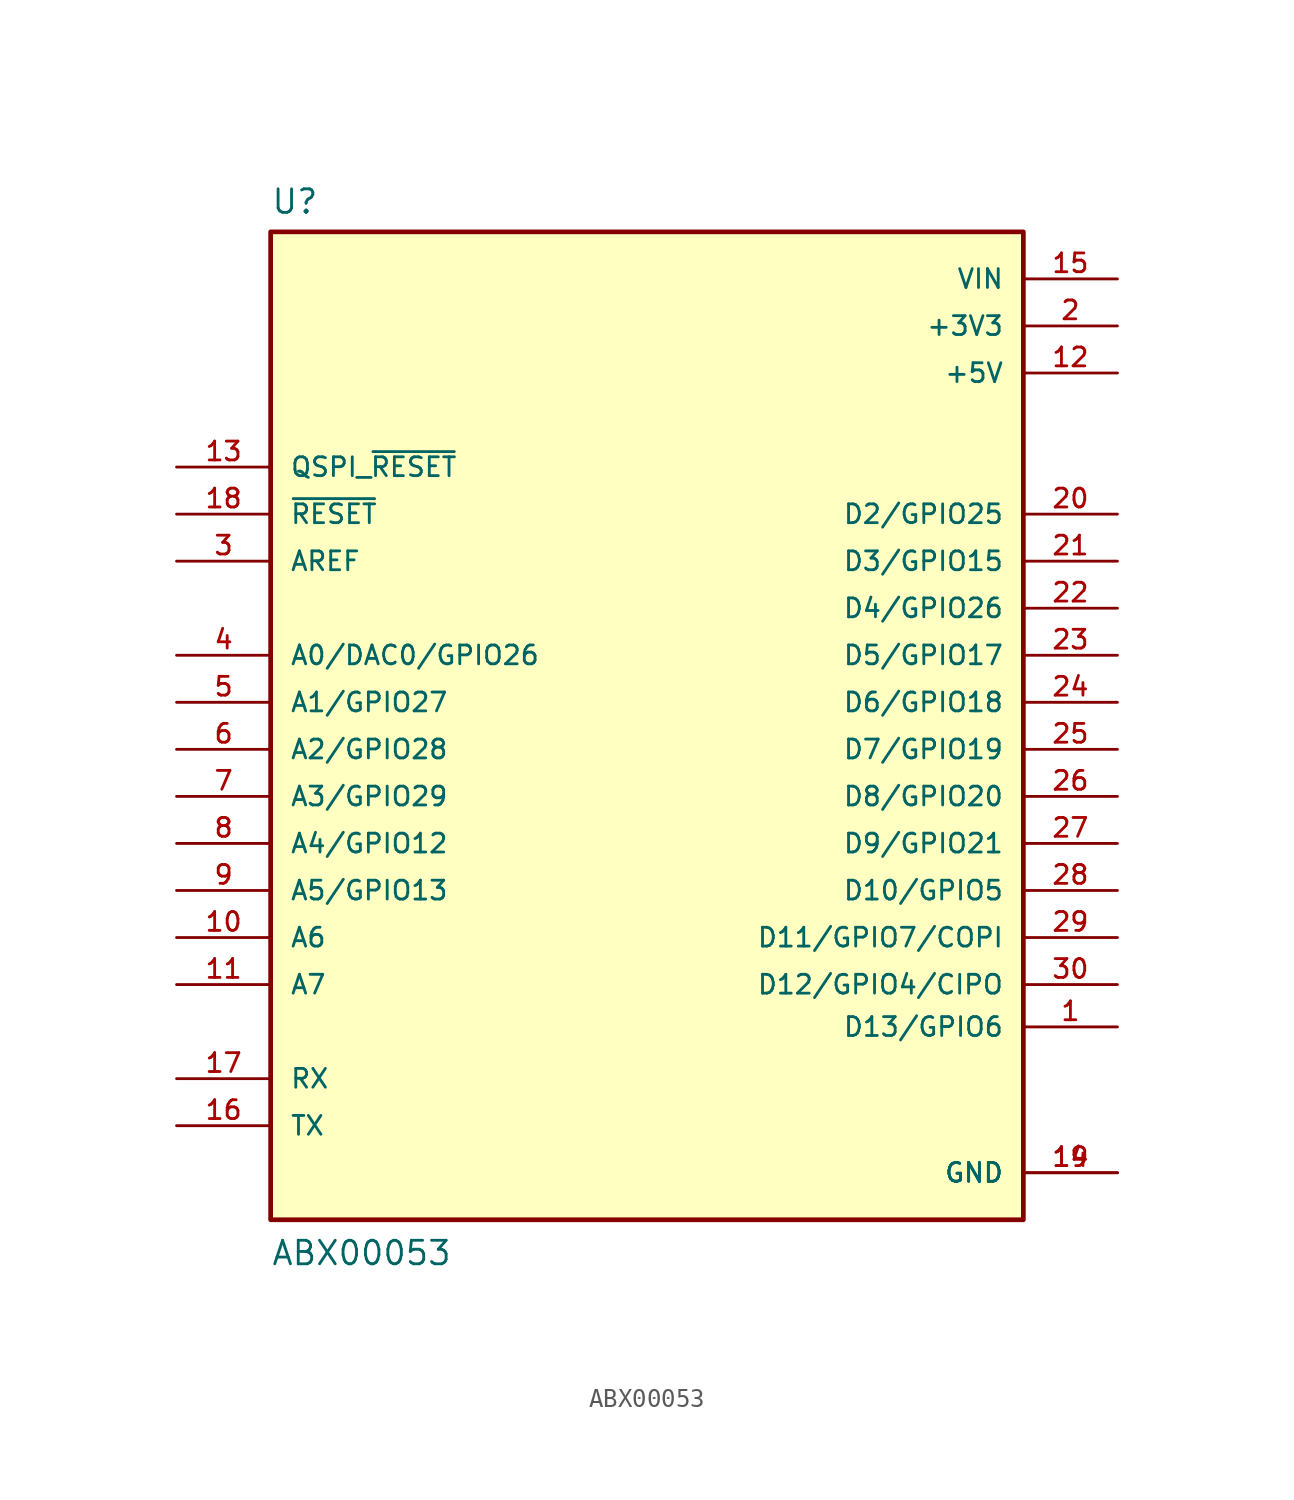
<source format=kicad_sym>
(kicad_symbol_lib
  (version 20211014)
  (generator kicad_symbol_editor)
  (symbol "ABX00053"
    (pin_names
      (offset 1.016))
    (property "Reference" "U"
      (at -20.32 26.289 0)
      (effects (font (size 1.27 1.27)) (justify bottom left)))
    (property "Value" "ABX00053"
      (at -20.32 -30.48 0)
      (effects (font (size 1.27 1.27)) (justify bottom left)))
    (symbol "ABX00053_0_0"
      (rectangle (start -20.32 -27.94) (end 20.32 25.4) (stroke (width 0.254)) (fill (type background)))
      (pin bidirectional line (at 25.4 -17.526 180.0) (length 5.08) (name "D13/GPIO6" (effects (font (size 1.016 1.016)))) (number "1" (effects (font (size 1.016 1.016)))))
      (pin power_in line (at 25.4 20.32 180.0) (length 5.08) (name "+3V3" (effects (font (size 1.016 1.016)))) (number "2" (effects (font (size 1.016 1.016)))))
      (pin bidirectional line (at -25.4 7.62 0) (length 5.08) (name "AREF" (effects (font (size 1.016 1.016)))) (number "3" (effects (font (size 1.016 1.016)))))
      (pin bidirectional line (at -25.4 2.54 0) (length 5.08) (name "A0/DAC0/GPIO26" (effects (font (size 1.016 1.016)))) (number "4" (effects (font (size 1.016 1.016)))))
      (pin power_in line (at 25.4 17.78 180.0) (length 5.08) (name "+5V" (effects (font (size 1.016 1.016)))) (number "12" (effects (font (size 1.016 1.016)))))
      (pin input line (at -25.4 12.7 0) (length 5.08) (name "QSPI_~{RESET}" (effects (font (size 1.016 1.016)))) (number "13" (effects (font (size 1.016 1.016)))))
      (pin power_in line (at 25.4 -25.4 180.0) (length 5.08) (name "GND" (effects (font (size 1.016 1.016)))) (number "14" (effects (font (size 1.016 1.016)))))
      (pin power_in line (at 25.4 -25.4 180.0) (length 5.08) (name "GND" (effects (font (size 1.016 1.016)))) (number "19" (effects (font (size 1.016 1.016)))))
      (pin power_in line (at 25.4 22.86 180.0) (length 5.08) (name "VIN" (effects (font (size 1.016 1.016)))) (number "15" (effects (font (size 1.016 1.016)))))
      (pin bidirectional line (at -25.4 0.0 0) (length 5.08) (name "A1/GPIO27" (effects (font (size 1.016 1.016)))) (number "5" (effects (font (size 1.016 1.016)))))
      (pin bidirectional line (at -25.4 -2.54 0) (length 5.08) (name "A2/GPIO28" (effects (font (size 1.016 1.016)))) (number "6" (effects (font (size 1.016 1.016)))))
      (pin bidirectional line (at -25.4 -5.08 0) (length 5.08) (name "A3/GPIO29" (effects (font (size 1.016 1.016)))) (number "7" (effects (font (size 1.016 1.016)))))
      (pin bidirectional line (at -25.4 -7.62 0) (length 5.08) (name "A4/GPIO12" (effects (font (size 1.016 1.016)))) (number "8" (effects (font (size 1.016 1.016)))))
      (pin bidirectional line (at -25.4 -10.16 0) (length 5.08) (name "A5/GPIO13" (effects (font (size 1.016 1.016)))) (number "9" (effects (font (size 1.016 1.016)))))
      (pin bidirectional line (at -25.4 -12.7 0) (length 5.08) (name "A6" (effects (font (size 1.016 1.016)))) (number "10" (effects (font (size 1.016 1.016)))))
      (pin bidirectional line (at -25.4 -15.24 0) (length 5.08) (name "A7" (effects (font (size 1.016 1.016)))) (number "11" (effects (font (size 1.016 1.016)))))
      (pin bidirectional line (at -25.4 -22.86 0) (length 5.08) (name "TX" (effects (font (size 1.016 1.016)))) (number "16" (effects (font (size 1.016 1.016)))))
      (pin bidirectional line (at -25.4 -20.32 0) (length 5.08) (name "RX" (effects (font (size 1.016 1.016)))) (number "17" (effects (font (size 1.016 1.016)))))
      (pin bidirectional line (at 25.4 10.16 180.0) (length 5.08) (name "D2/GPIO25" (effects (font (size 1.016 1.016)))) (number "20" (effects (font (size 1.016 1.016)))))
      (pin bidirectional line (at 25.4 7.62 180.0) (length 5.08) (name "D3/GPIO15" (effects (font (size 1.016 1.016)))) (number "21" (effects (font (size 1.016 1.016)))))
      (pin bidirectional line (at 25.4 5.08 180.0) (length 5.08) (name "D4/GPIO26" (effects (font (size 1.016 1.016)))) (number "22" (effects (font (size 1.016 1.016)))))
      (pin bidirectional line (at 25.4 2.54 180.0) (length 5.08) (name "D5/GPIO17" (effects (font (size 1.016 1.016)))) (number "23" (effects (font (size 1.016 1.016)))))
      (pin bidirectional line (at 25.4 0.0 180.0) (length 5.08) (name "D6/GPIO18" (effects (font (size 1.016 1.016)))) (number "24" (effects (font (size 1.016 1.016)))))
      (pin bidirectional line (at 25.4 -5.08 180.0) (length 5.08) (name "D8/GPIO20" (effects (font (size 1.016 1.016)))) (number "26" (effects (font (size 1.016 1.016)))))
      (pin bidirectional line (at 25.4 -2.54 180.0) (length 5.08) (name "D7/GPIO19" (effects (font (size 1.016 1.016)))) (number "25" (effects (font (size 1.016 1.016)))))
      (pin bidirectional line (at 25.4 -7.62 180.0) (length 5.08) (name "D9/GPIO21" (effects (font (size 1.016 1.016)))) (number "27" (effects (font (size 1.016 1.016)))))
      (pin bidirectional line (at 25.4 -10.16 180.0) (length 5.08) (name "D10/GPIO5" (effects (font (size 1.016 1.016)))) (number "28" (effects (font (size 1.016 1.016)))))
      (pin bidirectional line (at 25.4 -12.7 180.0) (length 5.08) (name "D11/GPIO7/COPI" (effects (font (size 1.016 1.016)))) (number "29" (effects (font (size 1.016 1.016)))))
      (pin bidirectional line (at 25.4 -15.24 180.0) (length 5.08) (name "D12/GPIO4/CIPO" (effects (font (size 1.016 1.016)))) (number "30" (effects (font (size 1.016 1.016)))))
      (pin input line (at -25.4 10.16 0) (length 5.08) (name "~{RESET}" (effects (font (size 1.016 1.016)))) (number "18" (effects (font (size 1.016 1.016))))))))
</source>
